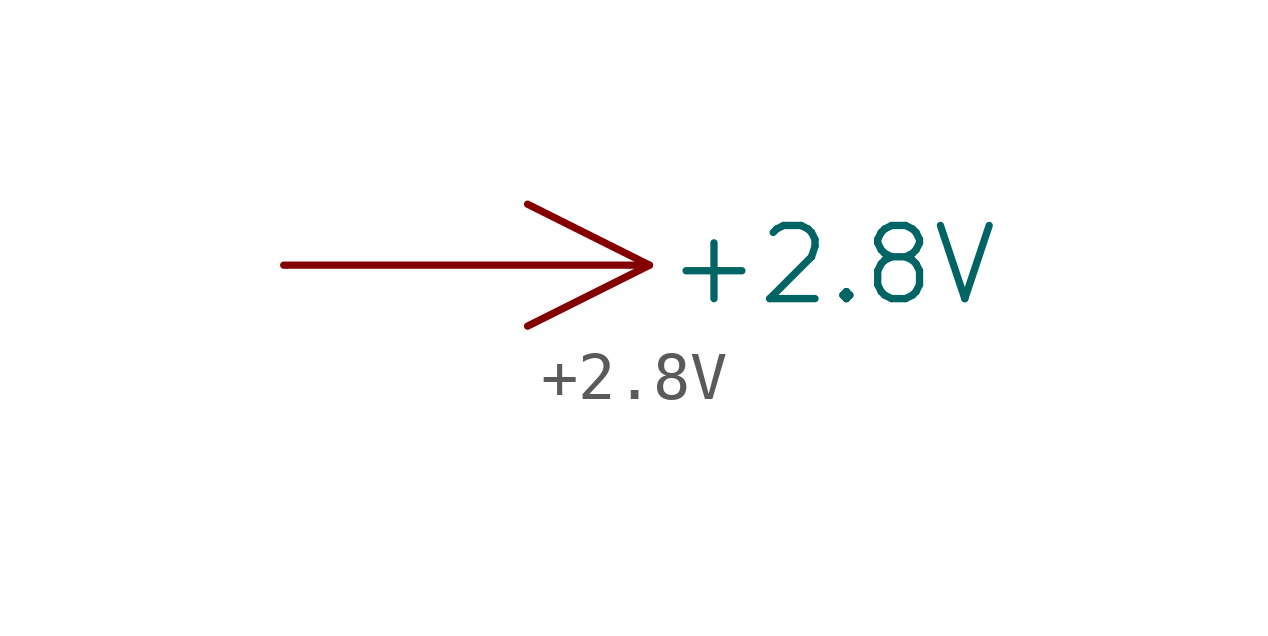
<source format=kicad_sym>
(kicad_symbol_lib
  (version 20220914)
  (generator kicad_symbol_editor)
  (symbol "+2.8V"
    (power)
    (pin_numbers hide)
    (pin_names
      (offset 0))
    (property "Reference" ""
      (at 2.54 -1.27 0)
      (effects (font (size 1.524 1.524)) hide))
    (property "Value" "+2.8V"
      (at 11.43 0 0)
      (do_not_autoplace)
      (effects (font (size 1.524 1.524))))
    (property "Footprint" ""
      (at 0 0 0)
      (effects (font (size 1.524 1.524))))
    (property "Datasheet" ""
      (at 0 0 0)
      (effects (font (size 1.524 1.524))))
    (symbol "+2.8V_0_1"
      (polyline (pts (xy 0 0) (xy 7.62 0)) (stroke (width 0) (type solid)) (fill (type none)))
      (polyline (pts (xy 5.08 1.27) (xy 7.62 0) (xy 5.08 -1.27)) (stroke (width 0) (type solid)) (fill (type none))))
    (symbol "+2.8V_1_1"
      (pin power_in line (at 0 0 0) (length 5.08) hide (name "+2.8V" (effects (font (size 1.27 1.27)))) (number "~" (effects (font (size 1.27 1.27))))))))
</source>
